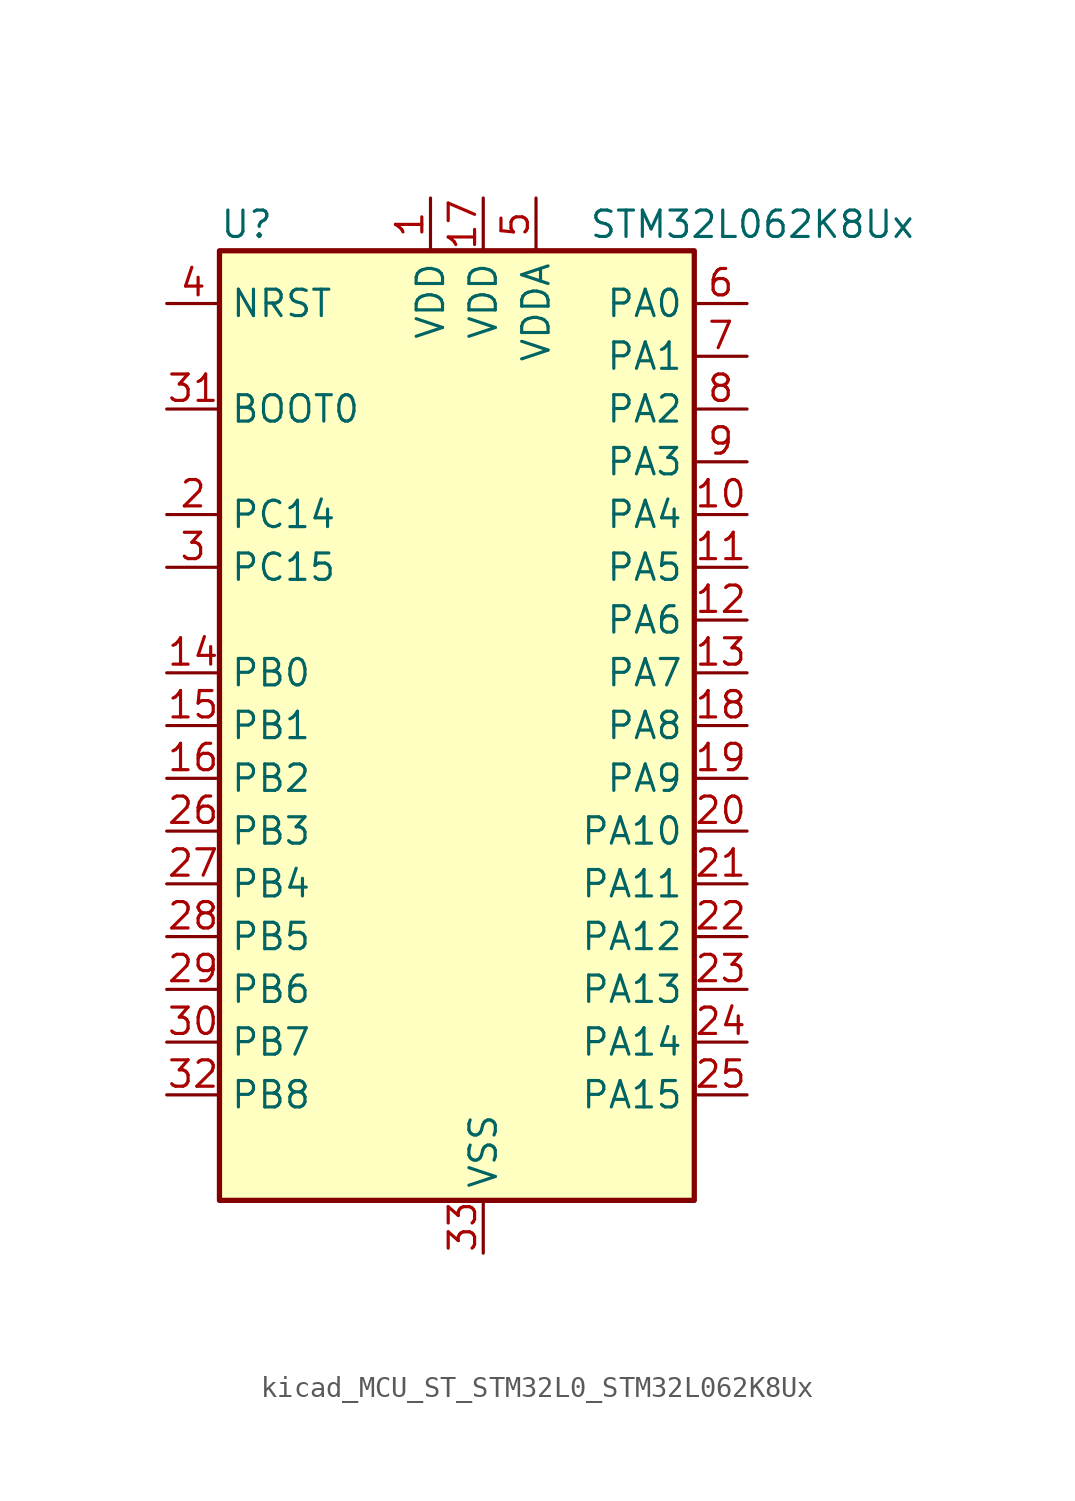
<source format=kicad_sym>
(kicad_symbol_lib
  (version 20220914)
  (generator kicad_symbol_editor)
  (symbol "kicad_MCU_ST_STM32L0_STM32L062K8Ux"
    (property "Reference" "U"
      (at -10.16 24.13 0)
      (effects (font (size 1.27 1.27)) (justify left)))
    (property "Value" "STM32L062K8Ux"
      (at 7.62 24.13 0)
      (effects (font (size 1.27 1.27)) (justify left)))
    (property "ki_locked" ""
      (at 0 0 0)
      (effects (font (size 1.27 1.27))))
    (symbol "kicad_MCU_ST_STM32L0_STM32L062K8Ux_0_1"
      (rectangle (start -10.16 -22.86) (end 12.7 22.86) (stroke (width 0.254) (type default)) (fill (type background))))
    (symbol "kicad_MCU_ST_STM32L0_STM32L062K8Ux_1_1"
      (pin power_in line (at 0 25.4 270) (length 2.54) (name "VDD" (effects (font (size 1.27 1.27)))) (number "1" (effects (font (size 1.27 1.27)))))
      (pin bidirectional line (at 15.24 10.16 180) (length 2.54) (name "PA4" (effects (font (size 1.27 1.27)))) (number "10" (effects (font (size 1.27 1.27)))) (alternate "ADC_IN4" bidirectional line) (alternate "COMP1_INM" bidirectional line) (alternate "COMP2_INM" bidirectional line) (alternate "DAC_OUT1" bidirectional line) (alternate "SPI1_NSS" bidirectional line) (alternate "TIM22_ETR" bidirectional line) (alternate "TSC_G2_IO1" bidirectional line) (alternate "USART2_CK" bidirectional line))
      (pin bidirectional line (at 15.24 7.62 180) (length 2.54) (name "PA5" (effects (font (size 1.27 1.27)))) (number "11" (effects (font (size 1.27 1.27)))) (alternate "ADC_IN5" bidirectional line) (alternate "COMP1_INM" bidirectional line) (alternate "COMP2_INM" bidirectional line) (alternate "SPI1_SCK" bidirectional line) (alternate "TIM2_CH1" bidirectional line) (alternate "TIM2_ETR" bidirectional line) (alternate "TSC_G2_IO2" bidirectional line))
      (pin bidirectional line (at 15.24 5.08 180) (length 2.54) (name "PA6" (effects (font (size 1.27 1.27)))) (number "12" (effects (font (size 1.27 1.27)))) (alternate "ADC_IN6" bidirectional line) (alternate "COMP1_OUT" bidirectional line) (alternate "SPI1_MISO" bidirectional line) (alternate "TIM22_CH1" bidirectional line) (alternate "TSC_G2_IO3" bidirectional line))
      (pin bidirectional line (at 15.24 2.54 180) (length 2.54) (name "PA7" (effects (font (size 1.27 1.27)))) (number "13" (effects (font (size 1.27 1.27)))) (alternate "ADC_IN7" bidirectional line) (alternate "COMP2_OUT" bidirectional line) (alternate "SPI1_MOSI" bidirectional line) (alternate "TIM22_CH2" bidirectional line) (alternate "TSC_G2_IO4" bidirectional line))
      (pin bidirectional line (at -12.7 2.54 0) (length 2.54) (name "PB0" (effects (font (size 1.27 1.27)))) (number "14" (effects (font (size 1.27 1.27)))) (alternate "ADC_IN8" bidirectional line) (alternate "SYS_VREF_OUT_PB0" bidirectional line) (alternate "TSC_G3_IO2" bidirectional line))
      (pin bidirectional line (at -12.7 0 0) (length 2.54) (name "PB1" (effects (font (size 1.27 1.27)))) (number "15" (effects (font (size 1.27 1.27)))) (alternate "ADC_IN9" bidirectional line) (alternate "SYS_VREF_OUT_PB1" bidirectional line) (alternate "TSC_G3_IO3" bidirectional line))
      (pin bidirectional line (at -12.7 -2.54 0) (length 2.54) (name "PB2" (effects (font (size 1.27 1.27)))) (number "16" (effects (font (size 1.27 1.27)))) (alternate "LPTIM1_OUT" bidirectional line) (alternate "TSC_G3_IO4" bidirectional line))
      (pin power_in line (at 2.54 25.4 270) (length 2.54) (name "VDD" (effects (font (size 1.27 1.27)))) (number "17" (effects (font (size 1.27 1.27)))))
      (pin bidirectional line (at 15.24 0 180) (length 2.54) (name "PA8" (effects (font (size 1.27 1.27)))) (number "18" (effects (font (size 1.27 1.27)))) (alternate "CRS_SYNC" bidirectional line) (alternate "RCC_MCO" bidirectional line) (alternate "USART1_CK" bidirectional line))
      (pin bidirectional line (at 15.24 -2.54 180) (length 2.54) (name "PA9" (effects (font (size 1.27 1.27)))) (number "19" (effects (font (size 1.27 1.27)))) (alternate "DAC_EXTI9" bidirectional line) (alternate "RCC_MCO" bidirectional line) (alternate "TSC_G4_IO1" bidirectional line) (alternate "USART1_TX" bidirectional line))
      (pin bidirectional line (at -12.7 10.16 0) (length 2.54) (name "PC14" (effects (font (size 1.27 1.27)))) (number "2" (effects (font (size 1.27 1.27)))) (alternate "RCC_OSC32_IN" bidirectional line))
      (pin bidirectional line (at 15.24 -5.08 180) (length 2.54) (name "PA10" (effects (font (size 1.27 1.27)))) (number "20" (effects (font (size 1.27 1.27)))) (alternate "TSC_G4_IO2" bidirectional line) (alternate "USART1_RX" bidirectional line))
      (pin bidirectional line (at 15.24 -7.62 180) (length 2.54) (name "PA11" (effects (font (size 1.27 1.27)))) (number "21" (effects (font (size 1.27 1.27)))) (alternate "ADC_EXTI11" bidirectional line) (alternate "COMP1_OUT" bidirectional line) (alternate "SPI1_MISO" bidirectional line) (alternate "TSC_G4_IO3" bidirectional line) (alternate "USART1_CTS" bidirectional line) (alternate "USB_DM" bidirectional line))
      (pin bidirectional line (at 15.24 -10.16 180) (length 2.54) (name "PA12" (effects (font (size 1.27 1.27)))) (number "22" (effects (font (size 1.27 1.27)))) (alternate "COMP2_OUT" bidirectional line) (alternate "SPI1_MOSI" bidirectional line) (alternate "TSC_G4_IO4" bidirectional line) (alternate "USART1_DE" bidirectional line) (alternate "USART1_RTS" bidirectional line) (alternate "USB_DP" bidirectional line))
      (pin bidirectional line (at 15.24 -12.7 180) (length 2.54) (name "PA13" (effects (font (size 1.27 1.27)))) (number "23" (effects (font (size 1.27 1.27)))) (alternate "SYS_SWDIO" bidirectional line) (alternate "USB_NOE" bidirectional line))
      (pin bidirectional line (at 15.24 -15.24 180) (length 2.54) (name "PA14" (effects (font (size 1.27 1.27)))) (number "24" (effects (font (size 1.27 1.27)))) (alternate "SYS_SWCLK" bidirectional line) (alternate "USART2_TX" bidirectional line))
      (pin bidirectional line (at 15.24 -17.78 180) (length 2.54) (name "PA15" (effects (font (size 1.27 1.27)))) (number "25" (effects (font (size 1.27 1.27)))) (alternate "SPI1_NSS" bidirectional line) (alternate "TIM2_CH1" bidirectional line) (alternate "TIM2_ETR" bidirectional line) (alternate "USART2_RX" bidirectional line))
      (pin bidirectional line (at -12.7 -5.08 0) (length 2.54) (name "PB3" (effects (font (size 1.27 1.27)))) (number "26" (effects (font (size 1.27 1.27)))) (alternate "COMP2_INM" bidirectional line) (alternate "SPI1_SCK" bidirectional line) (alternate "TIM2_CH2" bidirectional line) (alternate "TSC_G5_IO1" bidirectional line))
      (pin bidirectional line (at -12.7 -7.62 0) (length 2.54) (name "PB4" (effects (font (size 1.27 1.27)))) (number "27" (effects (font (size 1.27 1.27)))) (alternate "COMP2_INP" bidirectional line) (alternate "SPI1_MISO" bidirectional line) (alternate "TIM22_CH1" bidirectional line) (alternate "TSC_G5_IO2" bidirectional line))
      (pin bidirectional line (at -12.7 -10.16 0) (length 2.54) (name "PB5" (effects (font (size 1.27 1.27)))) (number "28" (effects (font (size 1.27 1.27)))) (alternate "COMP2_INP" bidirectional line) (alternate "I2C1_SMBA" bidirectional line) (alternate "LPTIM1_IN1" bidirectional line) (alternate "SPI1_MOSI" bidirectional line) (alternate "TIM22_CH2" bidirectional line))
      (pin bidirectional line (at -12.7 -12.7 0) (length 2.54) (name "PB6" (effects (font (size 1.27 1.27)))) (number "29" (effects (font (size 1.27 1.27)))) (alternate "COMP2_INP" bidirectional line) (alternate "I2C1_SCL" bidirectional line) (alternate "LPTIM1_ETR" bidirectional line) (alternate "TSC_G5_IO3" bidirectional line) (alternate "USART1_TX" bidirectional line))
      (pin bidirectional line (at -12.7 7.62 0) (length 2.54) (name "PC15" (effects (font (size 1.27 1.27)))) (number "3" (effects (font (size 1.27 1.27)))) (alternate "RCC_OSC32_OUT" bidirectional line))
      (pin bidirectional line (at -12.7 -15.24 0) (length 2.54) (name "PB7" (effects (font (size 1.27 1.27)))) (number "30" (effects (font (size 1.27 1.27)))) (alternate "COMP2_INP" bidirectional line) (alternate "I2C1_SDA" bidirectional line) (alternate "LPTIM1_IN2" bidirectional line) (alternate "SYS_PVD_IN" bidirectional line) (alternate "TSC_G5_IO4" bidirectional line) (alternate "USART1_RX" bidirectional line))
      (pin input line (at -12.7 15.24 0) (length 2.54) (name "BOOT0" (effects (font (size 1.27 1.27)))) (number "31" (effects (font (size 1.27 1.27)))))
      (pin bidirectional line (at -12.7 -17.78 0) (length 2.54) (name "PB8" (effects (font (size 1.27 1.27)))) (number "32" (effects (font (size 1.27 1.27)))) (alternate "I2C1_SCL" bidirectional line) (alternate "TSC_SYNC" bidirectional line))
      (pin power_in line (at 2.54 -25.4 90) (length 2.54) (name "VSS" (effects (font (size 1.27 1.27)))) (number "33" (effects (font (size 1.27 1.27)))))
      (pin input line (at -12.7 20.32 0) (length 2.54) (name "NRST" (effects (font (size 1.27 1.27)))) (number "4" (effects (font (size 1.27 1.27)))))
      (pin power_in line (at 5.08 25.4 270) (length 2.54) (name "VDDA" (effects (font (size 1.27 1.27)))) (number "5" (effects (font (size 1.27 1.27)))))
      (pin bidirectional line (at 15.24 20.32 180) (length 2.54) (name "PA0" (effects (font (size 1.27 1.27)))) (number "6" (effects (font (size 1.27 1.27)))) (alternate "ADC_IN0" bidirectional line) (alternate "COMP1_INM" bidirectional line) (alternate "COMP1_OUT" bidirectional line) (alternate "RTC_TAMP2" bidirectional line) (alternate "SYS_WKUP1" bidirectional line) (alternate "TIM2_CH1" bidirectional line) (alternate "TIM2_ETR" bidirectional line) (alternate "TSC_G1_IO1" bidirectional line) (alternate "USART2_CTS" bidirectional line))
      (pin bidirectional line (at 15.24 17.78 180) (length 2.54) (name "PA1" (effects (font (size 1.27 1.27)))) (number "7" (effects (font (size 1.27 1.27)))) (alternate "ADC_IN1" bidirectional line) (alternate "COMP1_INP" bidirectional line) (alternate "TIM21_ETR" bidirectional line) (alternate "TIM2_CH2" bidirectional line) (alternate "TSC_G1_IO2" bidirectional line) (alternate "USART2_DE" bidirectional line) (alternate "USART2_RTS" bidirectional line))
      (pin bidirectional line (at 15.24 15.24 180) (length 2.54) (name "PA2" (effects (font (size 1.27 1.27)))) (number "8" (effects (font (size 1.27 1.27)))) (alternate "ADC_IN2" bidirectional line) (alternate "COMP2_INM" bidirectional line) (alternate "COMP2_OUT" bidirectional line) (alternate "TIM21_CH1" bidirectional line) (alternate "TIM2_CH3" bidirectional line) (alternate "TSC_G1_IO3" bidirectional line) (alternate "USART2_TX" bidirectional line))
      (pin bidirectional line (at 15.24 12.7 180) (length 2.54) (name "PA3" (effects (font (size 1.27 1.27)))) (number "9" (effects (font (size 1.27 1.27)))) (alternate "ADC_IN3" bidirectional line) (alternate "COMP2_INP" bidirectional line) (alternate "TIM21_CH2" bidirectional line) (alternate "TIM2_CH4" bidirectional line) (alternate "TSC_G1_IO4" bidirectional line) (alternate "USART2_RX" bidirectional line)))))
</source>
